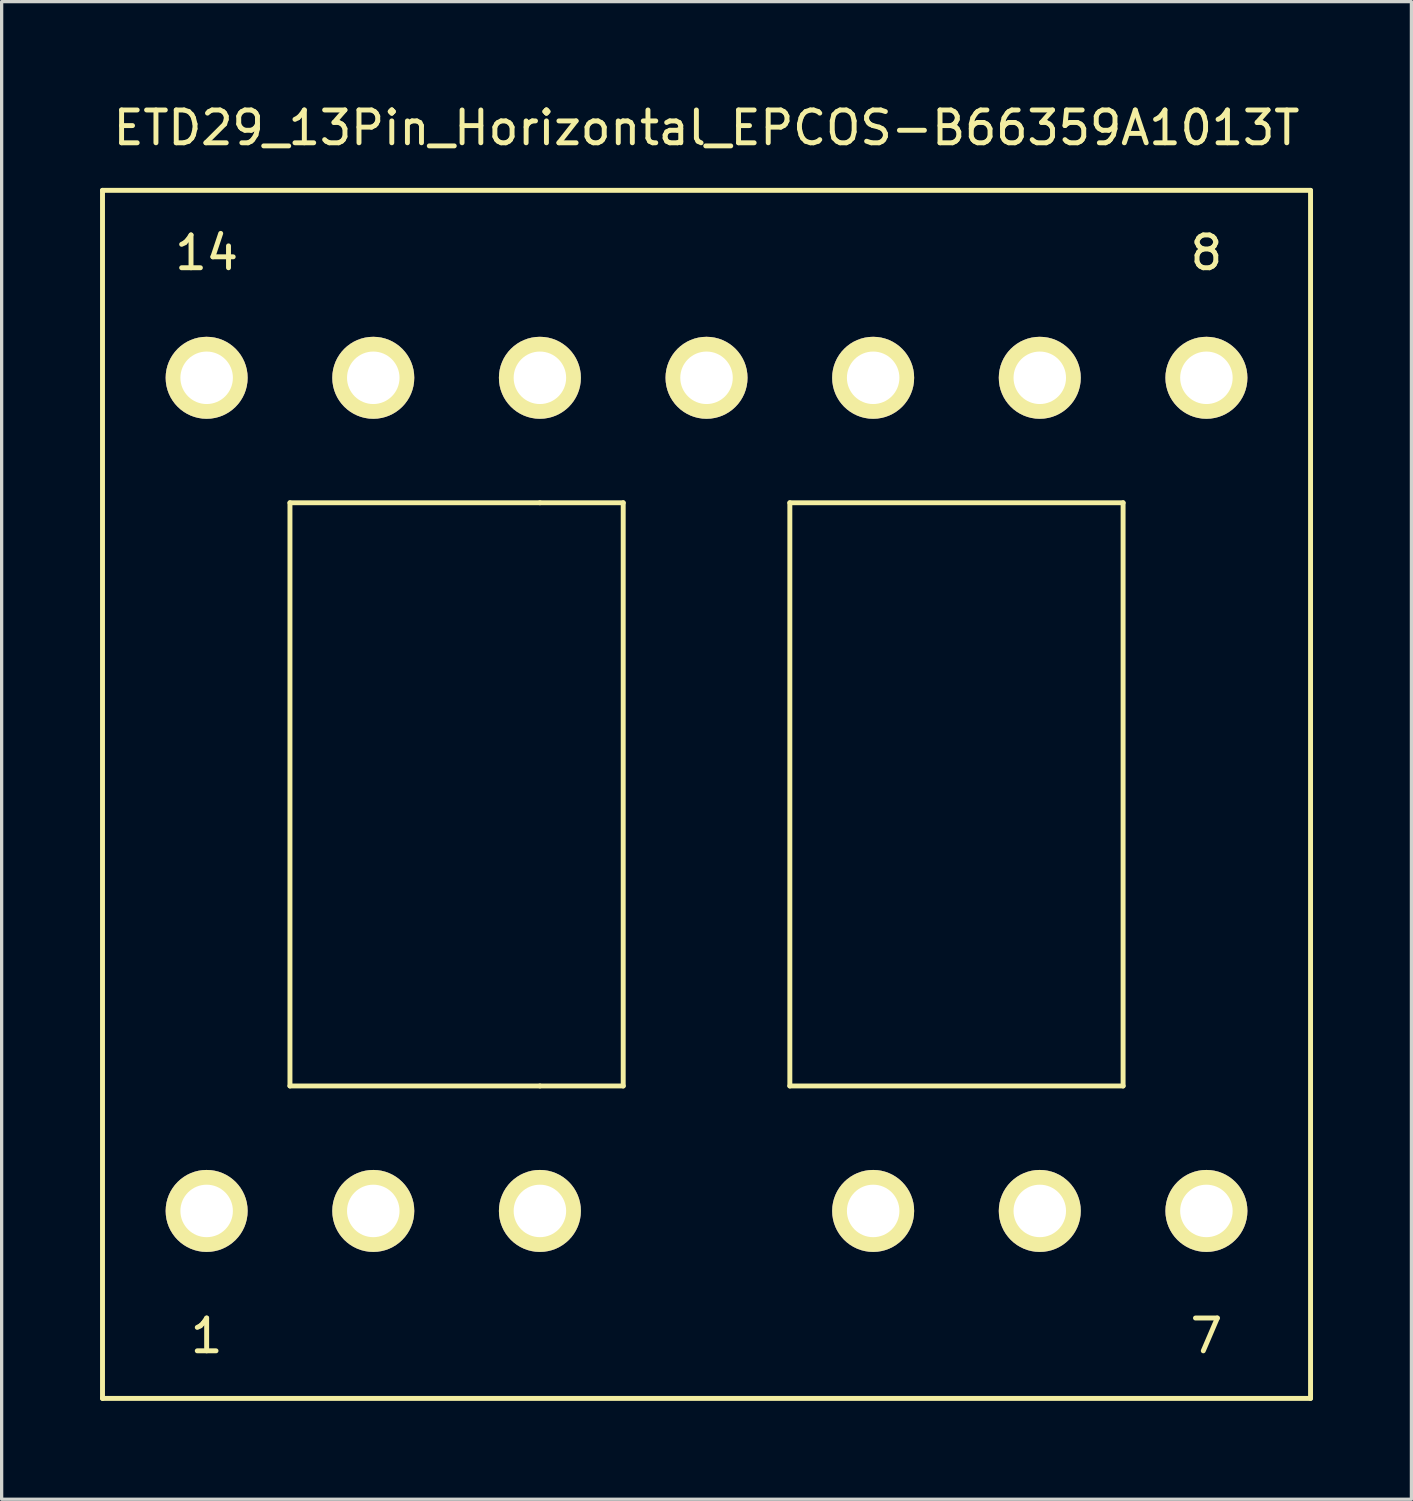
<source format=kicad_pcb>
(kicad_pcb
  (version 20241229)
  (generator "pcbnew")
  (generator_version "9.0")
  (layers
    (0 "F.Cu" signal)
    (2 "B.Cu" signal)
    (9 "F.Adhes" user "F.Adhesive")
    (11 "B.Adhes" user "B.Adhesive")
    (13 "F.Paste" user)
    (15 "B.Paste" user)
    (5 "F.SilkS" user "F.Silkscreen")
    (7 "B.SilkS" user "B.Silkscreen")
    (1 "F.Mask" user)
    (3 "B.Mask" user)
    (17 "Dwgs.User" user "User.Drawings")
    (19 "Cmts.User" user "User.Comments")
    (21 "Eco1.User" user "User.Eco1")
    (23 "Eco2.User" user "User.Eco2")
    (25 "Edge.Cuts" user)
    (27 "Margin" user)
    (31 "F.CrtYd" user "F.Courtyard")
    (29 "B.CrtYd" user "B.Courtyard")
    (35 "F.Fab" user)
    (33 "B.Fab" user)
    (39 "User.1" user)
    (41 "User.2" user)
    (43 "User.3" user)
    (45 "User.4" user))
  (footprint "ETD29_13Pin_Horizontal_EPCOS-B66359A1013T"
    (layer "F.Cu")
    (at 18.49 21.168)
    (property "Reference" "ETD29_13Pin_Horizontal_EPCOS-B66359A1013T" (at 0 -20.32 0) (layer "F.SilkS") (effects (font (size 1 1) (thickness 0.15))))
    (attr through_hole)
    (fp_line (start -18.415 -18.415) (end 18.415 -18.415) (stroke (width 0.15) (type solid)) (layer "F.SilkS"))
    (fp_line (start -18.415 18.415) (end -18.415 -18.415) (stroke (width 0.15) (type solid)) (layer "F.SilkS"))
    (fp_line (start -12.7 -8.89) (end -12.7 8.89) (stroke (width 0.15) (type solid)) (layer "F.SilkS"))
    (fp_line (start -12.7 8.89) (end -5.08 8.89) (stroke (width 0.15) (type solid)) (layer "F.SilkS"))
    (fp_line (start -5.08 -8.89) (end -12.7 -8.89) (stroke (width 0.15) (type solid)) (layer "F.SilkS"))
    (fp_line (start -5.08 -8.89) (end -2.54 -8.89) (stroke (width 0.15) (type solid)) (layer "F.SilkS"))
    (fp_line (start -2.54 -8.89) (end -2.54 8.89) (stroke (width 0.15) (type solid)) (layer "F.SilkS"))
    (fp_line (start -2.54 8.89) (end -5.08 8.89) (stroke (width 0.15) (type solid)) (layer "F.SilkS"))
    (fp_line (start 2.54 -8.89) (end 2.54 8.89) (stroke (width 0.15) (type solid)) (layer "F.SilkS"))
    (fp_line (start 2.54 8.89) (end 12.7 8.89) (stroke (width 0.15) (type solid)) (layer "F.SilkS"))
    (fp_line (start 12.7 -8.89) (end 2.54 -8.89) (stroke (width 0.15) (type solid)) (layer "F.SilkS"))
    (fp_line (start 12.7 8.89) (end 12.7 -8.89) (stroke (width 0.15) (type solid)) (layer "F.SilkS"))
    (fp_line (start 18.415 -18.415) (end 18.415 18.415) (stroke (width 0.15) (type solid)) (layer "F.SilkS"))
    (fp_line (start 18.415 18.415) (end -18.415 18.415) (stroke (width 0.15) (type solid)) (layer "F.SilkS"))
    (fp_text user "8" (at 15.24 -16.51 0) (layer "F.SilkS") (effects (font (size 1 1) (thickness 0.15))))
    (fp_text user "7" (at 15.24 16.51 0) (layer "F.SilkS") (effects (font (size 1 1) (thickness 0.15))))
    (fp_text user "14" (at -15.24 -16.51 0) (layer "F.SilkS") (effects (font (size 1 1) (thickness 0.15))))
    (fp_text user "1" (at -15.24 16.51 0) (layer "F.SilkS") (effects (font (size 1 1) (thickness 0.15))))
    (pad "1" thru_hole circle (at -15.24 12.7) (size 2.499 2.499) (drill 1.6) (layers "*.Cu" "*.Mask" "F.SilkS"))
    (pad "2" thru_hole circle (at -10.16 12.7) (size 2.499 2.499) (drill 1.6) (layers "*.Cu" "*.Mask" "F.SilkS"))
    (pad "3" thru_hole circle (at -5.08 12.7) (size 2.499 2.499) (drill 1.6) (layers "*.Cu" "*.Mask" "F.SilkS"))
    (pad "5" thru_hole circle (at 5.08 12.7) (size 2.499 2.499) (drill 1.6) (layers "*.Cu" "*.Mask" "F.SilkS"))
    (pad "6" thru_hole circle (at 10.16 12.7) (size 2.499 2.499) (drill 1.6) (layers "*.Cu" "*.Mask" "F.SilkS"))
    (pad "7" thru_hole circle (at 15.24 12.7) (size 2.499 2.499) (drill 1.6) (layers "*.Cu" "*.Mask" "F.SilkS"))
    (pad "8" thru_hole circle (at 15.24 -12.7) (size 2.499 2.499) (drill 1.6) (layers "*.Cu" "*.Mask" "F.SilkS"))
    (pad "9" thru_hole circle (at 10.16 -12.7) (size 2.499 2.499) (drill 1.6) (layers "*.Cu" "*.Mask" "F.SilkS"))
    (pad "10" thru_hole circle (at 5.08 -12.7) (size 2.499 2.499) (drill 1.6) (layers "*.Cu" "*.Mask" "F.SilkS"))
    (pad "11" thru_hole circle (at 0 -12.7) (size 2.499 2.499) (drill 1.6) (layers "*.Cu" "*.Mask" "F.SilkS"))
    (pad "12" thru_hole circle (at -5.08 -12.7) (size 2.499 2.499) (drill 1.6) (layers "*.Cu" "*.Mask" "F.SilkS"))
    (pad "13" thru_hole circle (at -10.16 -12.7) (size 2.499 2.499) (drill 1.6) (layers "*.Cu" "*.Mask" "F.SilkS"))
    (pad "14" thru_hole circle (at -15.24 -12.7) (size 2.499 2.499) (drill 1.6) (layers "*.Cu" "*.Mask" "F.SilkS")))
  (gr_rect
    (start -3 -3)
    (end 39.98 42.658)
    (stroke (width 0.1) (type default))
    (fill no)
    (layer "Edge.Cuts")))
</source>
